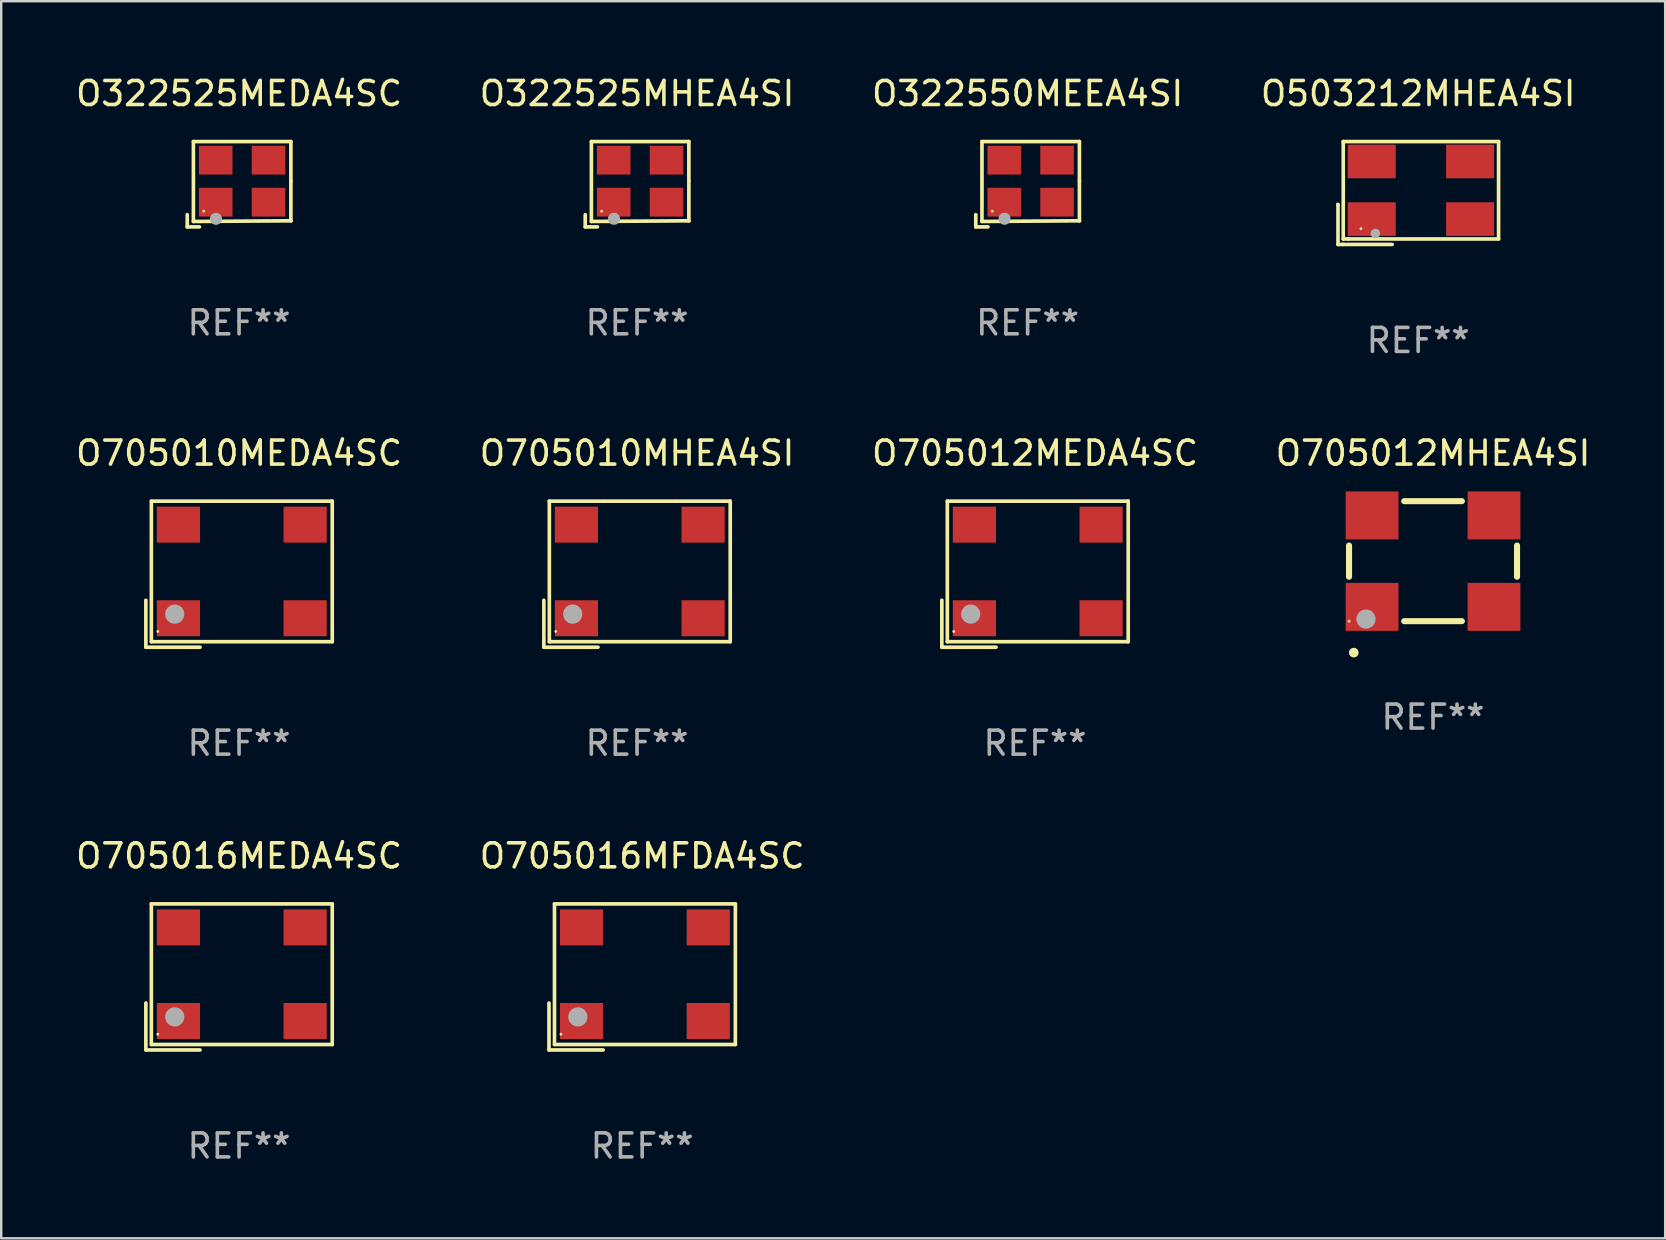
<source format=kicad_pcb>
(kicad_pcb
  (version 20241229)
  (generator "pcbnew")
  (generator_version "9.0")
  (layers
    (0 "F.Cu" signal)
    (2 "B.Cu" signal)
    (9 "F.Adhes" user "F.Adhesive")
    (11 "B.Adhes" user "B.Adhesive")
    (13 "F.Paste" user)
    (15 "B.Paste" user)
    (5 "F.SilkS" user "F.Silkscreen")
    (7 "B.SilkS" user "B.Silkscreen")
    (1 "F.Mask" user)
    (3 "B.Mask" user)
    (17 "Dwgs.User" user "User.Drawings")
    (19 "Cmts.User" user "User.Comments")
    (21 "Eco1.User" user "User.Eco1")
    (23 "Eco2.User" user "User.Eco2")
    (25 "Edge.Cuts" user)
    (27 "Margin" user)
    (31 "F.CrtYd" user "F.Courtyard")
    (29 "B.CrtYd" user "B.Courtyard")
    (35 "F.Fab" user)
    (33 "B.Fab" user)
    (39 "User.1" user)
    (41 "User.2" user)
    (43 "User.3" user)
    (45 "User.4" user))
  (footprint "O322525MHEA4SI"
    (layer "F.Cu")
    (at 23.494 4.626)
    (property "Reference" "O322525MHEA4SI" (at 0 -3.778 0) (layer "F.SilkS") (effects (font (size 1 1) (thickness 0.15))))
    (attr through_hole)
    (fp_line (start -2.159 1.27) (end -2.159 1.778) (stroke (width 0.152) (type solid)) (layer "F.SilkS"))
    (fp_line (start -2.159 1.778) (end -1.651 1.778) (stroke (width 0.152) (type solid)) (layer "F.SilkS"))
    (fp_line (start -1.902 -1.778) (end 2.159 -1.778) (stroke (width 0.152) (type solid)) (layer "F.SilkS"))
    (fp_line (start -1.902 1.552) (end -1.902 -1.778) (stroke (width 0.152) (type solid)) (layer "F.SilkS"))
    (fp_line (start 2.159 -1.778) (end 2.159 -0.127) (stroke (width 0.152) (type solid)) (layer "F.SilkS"))
    (fp_line (start 2.159 -0.127) (end 2.159 1.524) (stroke (width 0.152) (type solid)) (layer "F.SilkS"))
    (fp_line (start 2.159 1.524) (end -1.902 1.552) (stroke (width 0.152) (type solid)) (layer "F.SilkS"))
    (fp_line (start 2.159 1.524) (end 2.159 1.524) (stroke (width 0.152) (type solid)) (layer "F.SilkS"))
    (fp_circle (center -1.473 1.123) (end -1.443 1.123) (stroke (width 0.06) (type solid)) (fill no) (layer "F.SilkS"))
    (fp_circle (center -0.961 1.44) (end -0.834 1.44) (stroke (width 0.254) (type solid)) (fill no) (layer "F.Fab"))
    (fp_text user "REF**" (at 0 5.778 0) (layer "F.Fab") (effects (font (size 1 1) (thickness 0.15))))
    (pad "1" smd rect (at -0.973 0.748) (size 1.4 1.2) (layers "F.Cu" "F.Mask" "F.Paste"))
    (pad "2" smd rect (at 1.227 0.748) (size 1.4 1.2) (layers "F.Cu" "F.Mask" "F.Paste"))
    (pad "3" smd rect (at 1.227 -1.002) (size 1.4 1.2) (layers "F.Cu" "F.Mask" "F.Paste"))
    (pad "4" smd rect (at -0.973 -1.002) (size 1.4 1.2) (layers "F.Cu" "F.Mask" "F.Paste")))
  (footprint "O503212MHEA4SI"
    (layer "F.Cu")
    (at 56.042 4.992)
    (property "Reference" "O503212MHEA4SI" (at 0 -4.144 0) (layer "F.SilkS") (effects (font (size 1 1) (thickness 0.15))))
    (attr through_hole)
    (fp_line (start -3.35 0.476) (end -3.341 0.485) (stroke (width 0.152) (type solid)) (layer "F.SilkS"))
    (fp_line (start -3.341 0.485) (end -3.341 2.144) (stroke (width 0.152) (type solid)) (layer "F.SilkS"))
    (fp_line (start -3.341 2.144) (end -3.143 2.144) (stroke (width 0.152) (type solid)) (layer "F.SilkS"))
    (fp_line (start -3.143 2.144) (end -1.085 2.144) (stroke (width 0.152) (type solid)) (layer "F.SilkS"))
    (fp_line (start -3.122 -2.144) (end 3.35 -2.144) (stroke (width 0.152) (type solid)) (layer "F.SilkS"))
    (fp_line (start -3.122 1.915) (end -3.122 -2.144) (stroke (width 0.152) (type solid)) (layer "F.SilkS"))
    (fp_line (start -2.914 1.915) (end -3.122 1.915) (stroke (width 0.152) (type solid)) (layer "F.SilkS"))
    (fp_line (start 3.35 -2.144) (end 3.35 1.915) (stroke (width 0.152) (type solid)) (layer "F.SilkS"))
    (fp_line (start 3.35 1.915) (end -2.914 1.915) (stroke (width 0.152) (type solid)) (layer "F.SilkS"))
    (fp_circle (center -2.386 1.486) (end -2.356 1.486) (stroke (width 0.06) (type solid)) (fill no) (layer "F.SilkS"))
    (fp_circle (center -1.786 1.686) (end -1.686 1.686) (stroke (width 0.2) (type solid)) (fill no) (layer "F.Fab"))
    (fp_text user "REF**" (at 0 6.144 0) (layer "F.Fab") (effects (font (size 1 1) (thickness 0.15))))
    (pad "1" smd rect (at -1.936 1.086) (size 2 1.4) (layers "F.Cu" "F.Mask" "F.Paste"))
    (pad "2" smd rect (at 2.164 1.086) (size 2 1.4) (layers "F.Cu" "F.Mask" "F.Paste"))
    (pad "3" smd rect (at 2.164 -1.314) (size 2 1.4) (layers "F.Cu" "F.Mask" "F.Paste"))
    (pad "4" smd rect (at -1.936 -1.314) (size 2 1.4) (layers "F.Cu" "F.Mask" "F.Paste")))
  (footprint "O322525MEDA4SC"
    (layer "F.Cu")
    (at 6.911 4.626)
    (property "Reference" "O322525MEDA4SC" (at 0 -3.778 0) (layer "F.SilkS") (effects (font (size 1 1) (thickness 0.15))))
    (attr through_hole)
    (fp_line (start -2.159 1.27) (end -2.159 1.778) (stroke (width 0.152) (type solid)) (layer "F.SilkS"))
    (fp_line (start -2.159 1.778) (end -1.651 1.778) (stroke (width 0.152) (type solid)) (layer "F.SilkS"))
    (fp_line (start -1.902 -1.778) (end 2.159 -1.778) (stroke (width 0.152) (type solid)) (layer "F.SilkS"))
    (fp_line (start -1.902 1.552) (end -1.902 -1.778) (stroke (width 0.152) (type solid)) (layer "F.SilkS"))
    (fp_line (start 2.159 -1.778) (end 2.159 -0.127) (stroke (width 0.152) (type solid)) (layer "F.SilkS"))
    (fp_line (start 2.159 -0.127) (end 2.159 1.524) (stroke (width 0.152) (type solid)) (layer "F.SilkS"))
    (fp_line (start 2.159 1.524) (end -1.902 1.552) (stroke (width 0.152) (type solid)) (layer "F.SilkS"))
    (fp_line (start 2.159 1.524) (end 2.159 1.524) (stroke (width 0.152) (type solid)) (layer "F.SilkS"))
    (fp_circle (center -1.473 1.123) (end -1.443 1.123) (stroke (width 0.06) (type solid)) (fill no) (layer "F.SilkS"))
    (fp_circle (center -0.961 1.44) (end -0.834 1.44) (stroke (width 0.254) (type solid)) (fill no) (layer "F.Fab"))
    (fp_text user "REF**" (at 0 5.778 0) (layer "F.Fab") (effects (font (size 1 1) (thickness 0.15))))
    (pad "1" smd rect (at -0.973 0.748) (size 1.4 1.2) (layers "F.Cu" "F.Mask" "F.Paste"))
    (pad "2" smd rect (at 1.227 0.748) (size 1.4 1.2) (layers "F.Cu" "F.Mask" "F.Paste"))
    (pad "3" smd rect (at 1.227 -1.002) (size 1.4 1.2) (layers "F.Cu" "F.Mask" "F.Paste"))
    (pad "4" smd rect (at -0.973 -1.002) (size 1.4 1.2) (layers "F.Cu" "F.Mask" "F.Paste")))
  (footprint "O705016MEDA4SC"
    (layer "F.Cu")
    (at 6.911 37.657)
    (property "Reference" "O705016MEDA4SC" (at 0 -5.043 0) (layer "F.SilkS") (effects (font (size 1 1) (thickness 0.15))))
    (attr through_hole)
    (fp_line (start -3.883 1.086) (end -3.883 3.043) (stroke (width 0.152) (type solid)) (layer "F.SilkS"))
    (fp_line (start -3.883 3.043) (end -1.626 3.043) (stroke (width 0.152) (type solid)) (layer "F.SilkS"))
    (fp_line (start -3.654 -3.043) (end 3.883 -3.043) (stroke (width 0.152) (type solid)) (layer "F.SilkS"))
    (fp_line (start -3.654 2.814) (end -3.654 -3.043) (stroke (width 0.152) (type solid)) (layer "F.SilkS"))
    (fp_line (start 3.883 -3.043) (end 3.883 2.814) (stroke (width 0.152) (type solid)) (layer "F.SilkS"))
    (fp_line (start 3.883 2.814) (end -3.654 2.814) (stroke (width 0.152) (type solid)) (layer "F.SilkS"))
    (fp_circle (center -3.386 2.386) (end -3.356 2.386) (stroke (width 0.06) (type solid)) (fill no) (layer "F.SilkS"))
    (fp_circle (center -2.68 1.664) (end -2.48 1.664) (stroke (width 0.4) (type solid)) (fill no) (layer "F.Fab"))
    (fp_text user "REF**" (at 0 7.043 0) (layer "F.Fab") (effects (font (size 1 1) (thickness 0.15))))
    (pad "1" smd rect (at -2.526 1.836) (size 1.8 1.5) (layers "F.Cu" "F.Mask" "F.Paste"))
    (pad "2" smd rect (at 2.754 1.836) (size 1.8 1.5) (layers "F.Cu" "F.Mask" "F.Paste"))
    (pad "3" smd rect (at 2.754 -2.064) (size 1.8 1.5) (layers "F.Cu" "F.Mask" "F.Paste"))
    (pad "4" smd rect (at -2.526 -2.064) (size 1.8 1.5) (layers "F.Cu" "F.Mask" "F.Paste")))
  (footprint "O705012MHEA4SI"
    (layer "F.Cu")
    (at 56.661 20.332)
    (property "Reference" "O705012MHEA4SI" (at 0 -4.5 0) (layer "F.SilkS") (effects (font (size 1 1) (thickness 0.15))))
    (attr through_hole)
    (fp_line (start -3.5 0.65) (end -3.5 -0.65) (stroke (width 0.254) (type solid)) (layer "F.SilkS"))
    (fp_line (start 1.2 -2.5) (end -1.2 -2.5) (stroke (width 0.254) (type solid)) (layer "F.SilkS"))
    (fp_line (start 1.2 2.5) (end -1.2 2.5) (stroke (width 0.254) (type solid)) (layer "F.SilkS"))
    (fp_line (start 3.5 0.65) (end 3.5 -0.65) (stroke (width 0.254) (type solid)) (layer "F.SilkS"))
    (fp_arc (start -3.304547 3.81016) (mid -3.303277 3.810156) (end -3.302007 3.81016) (stroke (width 0.4) (type solid)) (layer "F.SilkS"))
    (fp_circle (center -3.5 2.5) (end -3.47 2.5) (stroke (width 0.06) (type solid)) (fill no) (layer "F.SilkS"))
    (fp_circle (center -2.794 2.413) (end -2.594 2.413) (stroke (width 0.4) (type solid)) (fill no) (layer "F.Fab"))
    (fp_text user "REF**" (at 0 6.5 0) (layer "F.Fab") (effects (font (size 1 1) (thickness 0.15))))
    (pad "1" smd rect (at -2.54 1.905 180) (size 2.2 2) (layers "F.Cu" "F.Mask" "F.Paste"))
    (pad "2" smd rect (at 2.54 1.905 180) (size 2.2 2) (layers "F.Cu" "F.Mask" "F.Paste"))
    (pad "3" smd rect (at 2.54 -1.905 180) (size 2.2 2) (layers "F.Cu" "F.Mask" "F.Paste"))
    (pad "4" smd rect (at -2.54 -1.905 180) (size 2.2 2) (layers "F.Cu" "F.Mask" "F.Paste")))
  (footprint "O705010MHEA4SI"
    (layer "F.Cu")
    (at 23.494 20.875)
    (property "Reference" "O705010MHEA4SI" (at 0 -5.043 0) (layer "F.SilkS") (effects (font (size 1 1) (thickness 0.15))))
    (attr through_hole)
    (fp_line (start -3.883 1.086) (end -3.883 3.043) (stroke (width 0.152) (type solid)) (layer "F.SilkS"))
    (fp_line (start -3.883 3.043) (end -1.626 3.043) (stroke (width 0.152) (type solid)) (layer "F.SilkS"))
    (fp_line (start -3.654 -3.043) (end 3.883 -3.043) (stroke (width 0.152) (type solid)) (layer "F.SilkS"))
    (fp_line (start -3.654 2.814) (end -3.654 -3.043) (stroke (width 0.152) (type solid)) (layer "F.SilkS"))
    (fp_line (start 3.883 -3.043) (end 3.883 2.814) (stroke (width 0.152) (type solid)) (layer "F.SilkS"))
    (fp_line (start 3.883 2.814) (end -3.654 2.814) (stroke (width 0.152) (type solid)) (layer "F.SilkS"))
    (fp_circle (center -3.386 2.386) (end -3.356 2.386) (stroke (width 0.06) (type solid)) (fill no) (layer "F.SilkS"))
    (fp_circle (center -2.68 1.664) (end -2.48 1.664) (stroke (width 0.4) (type solid)) (fill no) (layer "F.Fab"))
    (fp_text user "REF**" (at 0 7.043 0) (layer "F.Fab") (effects (font (size 1 1) (thickness 0.15))))
    (pad "1" smd rect (at -2.526 1.836) (size 1.8 1.5) (layers "F.Cu" "F.Mask" "F.Paste"))
    (pad "2" smd rect (at 2.754 1.836) (size 1.8 1.5) (layers "F.Cu" "F.Mask" "F.Paste"))
    (pad "3" smd rect (at 2.754 -2.064) (size 1.8 1.5) (layers "F.Cu" "F.Mask" "F.Paste"))
    (pad "4" smd rect (at -2.526 -2.064) (size 1.8 1.5) (layers "F.Cu" "F.Mask" "F.Paste")))
  (footprint "O705016MFDA4SC"
    (layer "F.Cu")
    (at 23.708 37.657)
    (property "Reference" "O705016MFDA4SC" (at 0 -5.043 0) (layer "F.SilkS") (effects (font (size 1 1) (thickness 0.15))))
    (attr through_hole)
    (fp_line (start -3.883 1.086) (end -3.883 3.043) (stroke (width 0.152) (type solid)) (layer "F.SilkS"))
    (fp_line (start -3.883 3.043) (end -1.626 3.043) (stroke (width 0.152) (type solid)) (layer "F.SilkS"))
    (fp_line (start -3.654 -3.043) (end 3.883 -3.043) (stroke (width 0.152) (type solid)) (layer "F.SilkS"))
    (fp_line (start -3.654 2.814) (end -3.654 -3.043) (stroke (width 0.152) (type solid)) (layer "F.SilkS"))
    (fp_line (start 3.883 -3.043) (end 3.883 2.814) (stroke (width 0.152) (type solid)) (layer "F.SilkS"))
    (fp_line (start 3.883 2.814) (end -3.654 2.814) (stroke (width 0.152) (type solid)) (layer "F.SilkS"))
    (fp_circle (center -3.386 2.386) (end -3.356 2.386) (stroke (width 0.06) (type solid)) (fill no) (layer "F.SilkS"))
    (fp_circle (center -2.68 1.664) (end -2.48 1.664) (stroke (width 0.4) (type solid)) (fill no) (layer "F.Fab"))
    (fp_text user "REF**" (at 0 7.043 0) (layer "F.Fab") (effects (font (size 1 1) (thickness 0.15))))
    (pad "1" smd rect (at -2.526 1.836) (size 1.8 1.5) (layers "F.Cu" "F.Mask" "F.Paste"))
    (pad "2" smd rect (at 2.754 1.836) (size 1.8 1.5) (layers "F.Cu" "F.Mask" "F.Paste"))
    (pad "3" smd rect (at 2.754 -2.064) (size 1.8 1.5) (layers "F.Cu" "F.Mask" "F.Paste"))
    (pad "4" smd rect (at -2.526 -2.064) (size 1.8 1.5) (layers "F.Cu" "F.Mask" "F.Paste")))
  (footprint "O705010MEDA4SC"
    (layer "F.Cu")
    (at 6.911 20.875)
    (property "Reference" "O705010MEDA4SC" (at 0 -5.043 0) (layer "F.SilkS") (effects (font (size 1 1) (thickness 0.15))))
    (attr through_hole)
    (fp_line (start -3.883 1.086) (end -3.883 3.043) (stroke (width 0.152) (type solid)) (layer "F.SilkS"))
    (fp_line (start -3.883 3.043) (end -1.626 3.043) (stroke (width 0.152) (type solid)) (layer "F.SilkS"))
    (fp_line (start -3.654 -3.043) (end 3.883 -3.043) (stroke (width 0.152) (type solid)) (layer "F.SilkS"))
    (fp_line (start -3.654 2.814) (end -3.654 -3.043) (stroke (width 0.152) (type solid)) (layer "F.SilkS"))
    (fp_line (start 3.883 -3.043) (end 3.883 2.814) (stroke (width 0.152) (type solid)) (layer "F.SilkS"))
    (fp_line (start 3.883 2.814) (end -3.654 2.814) (stroke (width 0.152) (type solid)) (layer "F.SilkS"))
    (fp_circle (center -3.386 2.386) (end -3.356 2.386) (stroke (width 0.06) (type solid)) (fill no) (layer "F.SilkS"))
    (fp_circle (center -2.68 1.664) (end -2.48 1.664) (stroke (width 0.4) (type solid)) (fill no) (layer "F.Fab"))
    (fp_text user "REF**" (at 0 7.043 0) (layer "F.Fab") (effects (font (size 1 1) (thickness 0.15))))
    (pad "1" smd rect (at -2.526 1.836) (size 1.8 1.5) (layers "F.Cu" "F.Mask" "F.Paste"))
    (pad "2" smd rect (at 2.754 1.836) (size 1.8 1.5) (layers "F.Cu" "F.Mask" "F.Paste"))
    (pad "3" smd rect (at 2.754 -2.064) (size 1.8 1.5) (layers "F.Cu" "F.Mask" "F.Paste"))
    (pad "4" smd rect (at -2.526 -2.064) (size 1.8 1.5) (layers "F.Cu" "F.Mask" "F.Paste")))
  (footprint "O322550MEEA4SI"
    (layer "F.Cu")
    (at 39.768 4.626)
    (property "Reference" "O322550MEEA4SI" (at 0 -3.778 0) (layer "F.SilkS") (effects (font (size 1 1) (thickness 0.15))))
    (attr through_hole)
    (fp_line (start -2.159 1.27) (end -2.159 1.778) (stroke (width 0.152) (type solid)) (layer "F.SilkS"))
    (fp_line (start -2.159 1.778) (end -1.651 1.778) (stroke (width 0.152) (type solid)) (layer "F.SilkS"))
    (fp_line (start -1.902 -1.778) (end 2.159 -1.778) (stroke (width 0.152) (type solid)) (layer "F.SilkS"))
    (fp_line (start -1.902 1.552) (end -1.902 -1.778) (stroke (width 0.152) (type solid)) (layer "F.SilkS"))
    (fp_line (start 2.159 -1.778) (end 2.159 -0.127) (stroke (width 0.152) (type solid)) (layer "F.SilkS"))
    (fp_line (start 2.159 -0.127) (end 2.159 1.524) (stroke (width 0.152) (type solid)) (layer "F.SilkS"))
    (fp_line (start 2.159 1.524) (end -1.902 1.552) (stroke (width 0.152) (type solid)) (layer "F.SilkS"))
    (fp_line (start 2.159 1.524) (end 2.159 1.524) (stroke (width 0.152) (type solid)) (layer "F.SilkS"))
    (fp_circle (center -1.473 1.123) (end -1.443 1.123) (stroke (width 0.06) (type solid)) (fill no) (layer "F.SilkS"))
    (fp_circle (center -0.961 1.44) (end -0.834 1.44) (stroke (width 0.254) (type solid)) (fill no) (layer "F.Fab"))
    (fp_text user "REF**" (at 0 5.778 0) (layer "F.Fab") (effects (font (size 1 1) (thickness 0.15))))
    (pad "1" smd rect (at -0.973 0.748) (size 1.4 1.2) (layers "F.Cu" "F.Mask" "F.Paste"))
    (pad "2" smd rect (at 1.227 0.748) (size 1.4 1.2) (layers "F.Cu" "F.Mask" "F.Paste"))
    (pad "3" smd rect (at 1.227 -1.002) (size 1.4 1.2) (layers "F.Cu" "F.Mask" "F.Paste"))
    (pad "4" smd rect (at -0.973 -1.002) (size 1.4 1.2) (layers "F.Cu" "F.Mask" "F.Paste")))
  (footprint "O705012MEDA4SC"
    (layer "F.Cu")
    (at 40.077 20.875)
    (property "Reference" "O705012MEDA4SC" (at 0 -5.043 0) (layer "F.SilkS") (effects (font (size 1 1) (thickness 0.15))))
    (attr through_hole)
    (fp_line (start -3.883 1.086) (end -3.883 3.043) (stroke (width 0.152) (type solid)) (layer "F.SilkS"))
    (fp_line (start -3.883 3.043) (end -1.626 3.043) (stroke (width 0.152) (type solid)) (layer "F.SilkS"))
    (fp_line (start -3.654 -3.043) (end 3.883 -3.043) (stroke (width 0.152) (type solid)) (layer "F.SilkS"))
    (fp_line (start -3.654 2.814) (end -3.654 -3.043) (stroke (width 0.152) (type solid)) (layer "F.SilkS"))
    (fp_line (start 3.883 -3.043) (end 3.883 2.814) (stroke (width 0.152) (type solid)) (layer "F.SilkS"))
    (fp_line (start 3.883 2.814) (end -3.654 2.814) (stroke (width 0.152) (type solid)) (layer "F.SilkS"))
    (fp_circle (center -3.386 2.386) (end -3.356 2.386) (stroke (width 0.06) (type solid)) (fill no) (layer "F.SilkS"))
    (fp_circle (center -2.68 1.664) (end -2.48 1.664) (stroke (width 0.4) (type solid)) (fill no) (layer "F.Fab"))
    (fp_text user "REF**" (at 0 7.043 0) (layer "F.Fab") (effects (font (size 1 1) (thickness 0.15))))
    (pad "1" smd rect (at -2.526 1.836) (size 1.8 1.5) (layers "F.Cu" "F.Mask" "F.Paste"))
    (pad "2" smd rect (at 2.754 1.836) (size 1.8 1.5) (layers "F.Cu" "F.Mask" "F.Paste"))
    (pad "3" smd rect (at 2.754 -2.064) (size 1.8 1.5) (layers "F.Cu" "F.Mask" "F.Paste"))
    (pad "4" smd rect (at -2.526 -2.064) (size 1.8 1.5) (layers "F.Cu" "F.Mask" "F.Paste")))
  (gr_rect
    (start -3 -3)
    (end 66.333 48.549)
    (stroke (width 0.1) (type default))
    (fill no)
    (layer "Edge.Cuts")))
</source>
